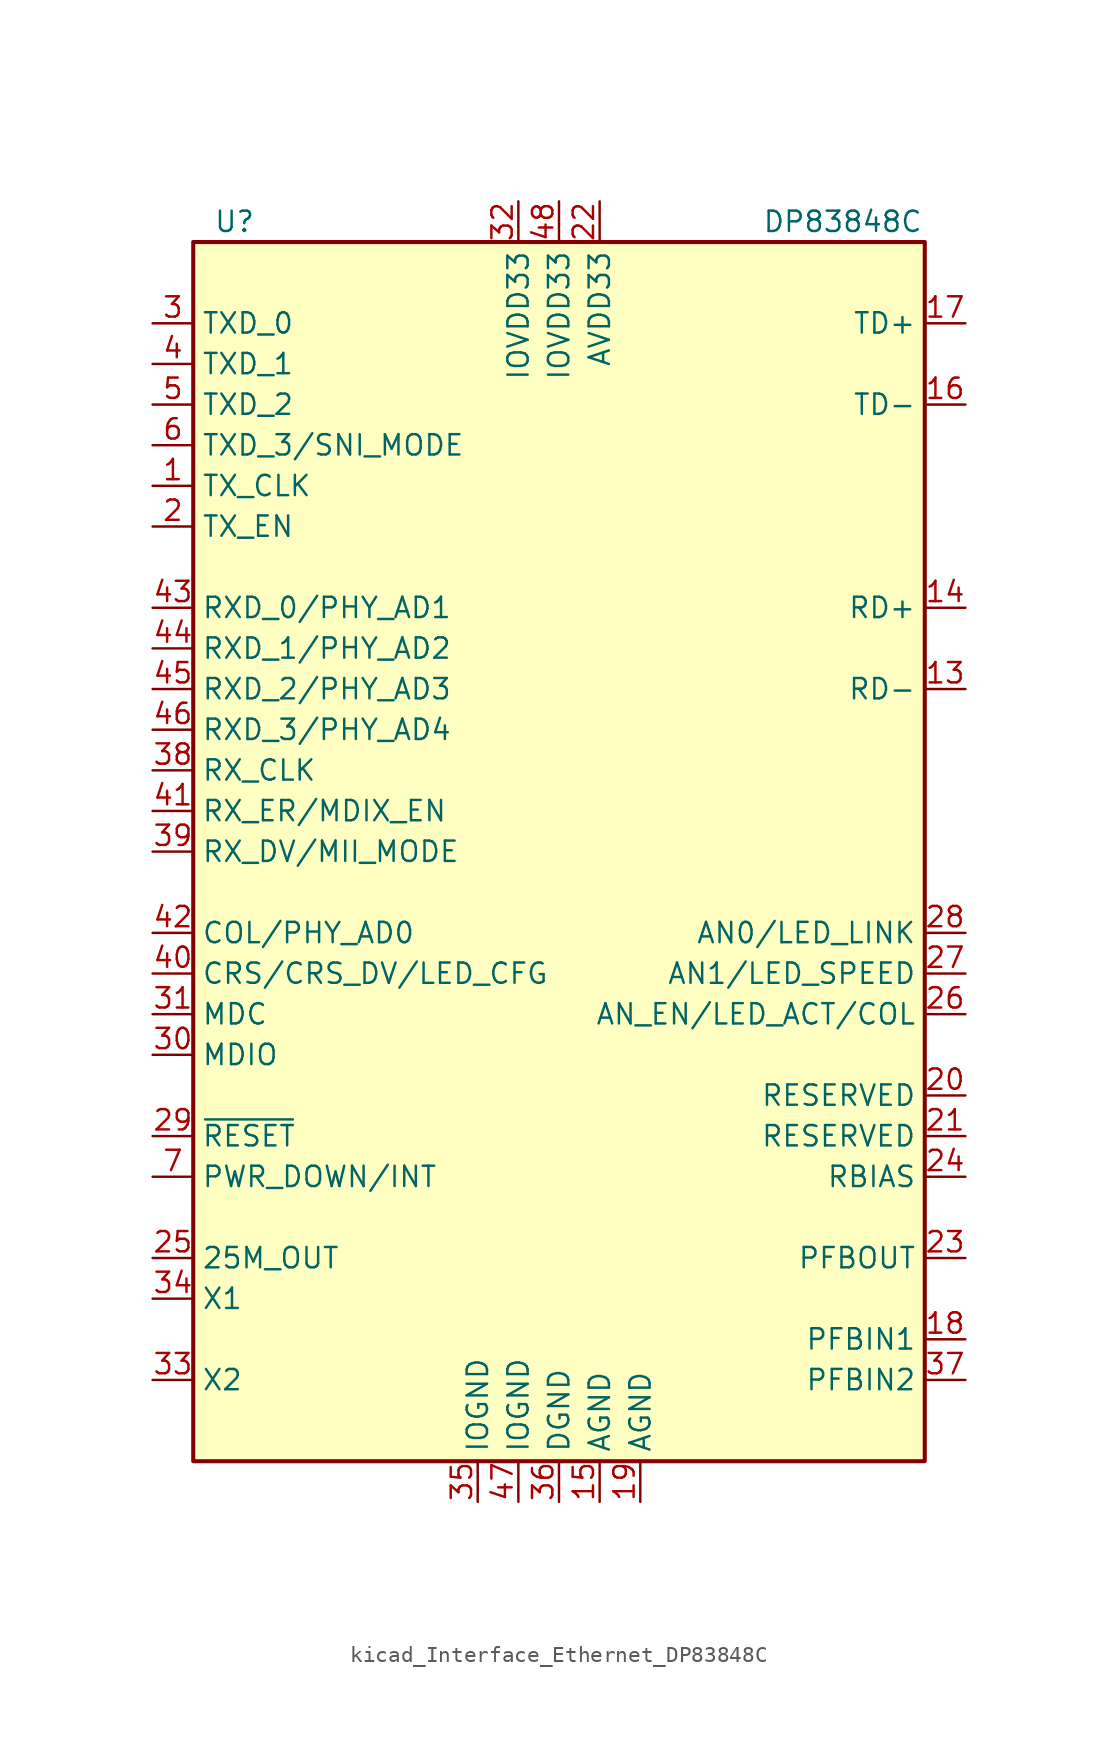
<source format=kicad_sym>
(kicad_symbol_lib
  (version 20220914)
  (generator kicad_symbol_editor)
  (symbol "kicad_Interface_Ethernet_DP83848C"
    (property "Reference" "U"
      (at -21.59 39.37 0)
      (effects (font (size 1.27 1.27)) (justify left)))
    (property "Value" "DP83848C"
      (at 12.7 39.37 0)
      (effects (font (size 1.27 1.27)) (justify left)))
    (symbol "kicad_Interface_Ethernet_DP83848C_0_1"
      (rectangle (start -22.86 38.1) (end 22.86 -38.1) (stroke (width 0.254) (type default)) (fill (type background))))
    (symbol "kicad_Interface_Ethernet_DP83848C_1_1"
      (pin output line (at -25.4 22.86 0) (length 2.54) (name "TX_CLK" (effects (font (size 1.27 1.27)))) (number "1" (effects (font (size 1.27 1.27)))))
      (pin passive line (at 25.4 10.16 180) (length 2.54) (name "RD-" (effects (font (size 1.27 1.27)))) (number "13" (effects (font (size 1.27 1.27)))))
      (pin passive line (at 25.4 15.24 180) (length 2.54) (name "RD+" (effects (font (size 1.27 1.27)))) (number "14" (effects (font (size 1.27 1.27)))))
      (pin power_in line (at 2.54 -40.64 90) (length 2.54) (name "AGND" (effects (font (size 1.27 1.27)))) (number "15" (effects (font (size 1.27 1.27)))))
      (pin passive line (at 25.4 27.94 180) (length 2.54) (name "TD-" (effects (font (size 1.27 1.27)))) (number "16" (effects (font (size 1.27 1.27)))))
      (pin passive line (at 25.4 33.02 180) (length 2.54) (name "TD+" (effects (font (size 1.27 1.27)))) (number "17" (effects (font (size 1.27 1.27)))))
      (pin passive line (at 25.4 -30.48 180) (length 2.54) (name "PFBIN1" (effects (font (size 1.27 1.27)))) (number "18" (effects (font (size 1.27 1.27)))))
      (pin power_in line (at 5.08 -40.64 90) (length 2.54) (name "AGND" (effects (font (size 1.27 1.27)))) (number "19" (effects (font (size 1.27 1.27)))))
      (pin input line (at -25.4 20.32 0) (length 2.54) (name "TX_EN" (effects (font (size 1.27 1.27)))) (number "2" (effects (font (size 1.27 1.27)))))
      (pin passive line (at 25.4 -15.24 180) (length 2.54) (name "RESERVED" (effects (font (size 1.27 1.27)))) (number "20" (effects (font (size 1.27 1.27)))))
      (pin passive line (at 25.4 -17.78 180) (length 2.54) (name "RESERVED" (effects (font (size 1.27 1.27)))) (number "21" (effects (font (size 1.27 1.27)))))
      (pin power_in line (at 2.54 40.64 270) (length 2.54) (name "AVDD33" (effects (font (size 1.27 1.27)))) (number "22" (effects (font (size 1.27 1.27)))))
      (pin passive line (at 25.4 -25.4 180) (length 2.54) (name "PFBOUT" (effects (font (size 1.27 1.27)))) (number "23" (effects (font (size 1.27 1.27)))))
      (pin passive line (at 25.4 -20.32 180) (length 2.54) (name "RBIAS" (effects (font (size 1.27 1.27)))) (number "24" (effects (font (size 1.27 1.27)))))
      (pin output line (at -25.4 -25.4 0) (length 2.54) (name "25M_OUT" (effects (font (size 1.27 1.27)))) (number "25" (effects (font (size 1.27 1.27)))))
      (pin output line (at 25.4 -10.16 180) (length 2.54) (name "AN_EN/LED_ACT/COL" (effects (font (size 1.27 1.27)))) (number "26" (effects (font (size 1.27 1.27)))))
      (pin output line (at 25.4 -7.62 180) (length 2.54) (name "AN1/LED_SPEED" (effects (font (size 1.27 1.27)))) (number "27" (effects (font (size 1.27 1.27)))))
      (pin output line (at 25.4 -5.08 180) (length 2.54) (name "AN0/LED_LINK" (effects (font (size 1.27 1.27)))) (number "28" (effects (font (size 1.27 1.27)))))
      (pin input line (at -25.4 -17.78 0) (length 2.54) (name "~{RESET}" (effects (font (size 1.27 1.27)))) (number "29" (effects (font (size 1.27 1.27)))))
      (pin input line (at -25.4 33.02 0) (length 2.54) (name "TXD_0" (effects (font (size 1.27 1.27)))) (number "3" (effects (font (size 1.27 1.27)))))
      (pin bidirectional line (at -25.4 -12.7 0) (length 2.54) (name "MDIO" (effects (font (size 1.27 1.27)))) (number "30" (effects (font (size 1.27 1.27)))))
      (pin input line (at -25.4 -10.16 0) (length 2.54) (name "MDC" (effects (font (size 1.27 1.27)))) (number "31" (effects (font (size 1.27 1.27)))))
      (pin power_in line (at -2.54 40.64 270) (length 2.54) (name "IOVDD33" (effects (font (size 1.27 1.27)))) (number "32" (effects (font (size 1.27 1.27)))))
      (pin output line (at -25.4 -33.02 0) (length 2.54) (name "X2" (effects (font (size 1.27 1.27)))) (number "33" (effects (font (size 1.27 1.27)))))
      (pin input line (at -25.4 -27.94 0) (length 2.54) (name "X1" (effects (font (size 1.27 1.27)))) (number "34" (effects (font (size 1.27 1.27)))))
      (pin power_in line (at -5.08 -40.64 90) (length 2.54) (name "IOGND" (effects (font (size 1.27 1.27)))) (number "35" (effects (font (size 1.27 1.27)))))
      (pin power_in line (at 0 -40.64 90) (length 2.54) (name "DGND" (effects (font (size 1.27 1.27)))) (number "36" (effects (font (size 1.27 1.27)))))
      (pin passive line (at 25.4 -33.02 180) (length 2.54) (name "PFBIN2" (effects (font (size 1.27 1.27)))) (number "37" (effects (font (size 1.27 1.27)))))
      (pin output line (at -25.4 5.08 0) (length 2.54) (name "RX_CLK" (effects (font (size 1.27 1.27)))) (number "38" (effects (font (size 1.27 1.27)))))
      (pin output line (at -25.4 0 0) (length 2.54) (name "RX_DV/MII_MODE" (effects (font (size 1.27 1.27)))) (number "39" (effects (font (size 1.27 1.27)))))
      (pin input line (at -25.4 30.48 0) (length 2.54) (name "TXD_1" (effects (font (size 1.27 1.27)))) (number "4" (effects (font (size 1.27 1.27)))))
      (pin output line (at -25.4 -7.62 0) (length 2.54) (name "CRS/CRS_DV/LED_CFG" (effects (font (size 1.27 1.27)))) (number "40" (effects (font (size 1.27 1.27)))))
      (pin output line (at -25.4 2.54 0) (length 2.54) (name "RX_ER/MDIX_EN" (effects (font (size 1.27 1.27)))) (number "41" (effects (font (size 1.27 1.27)))))
      (pin output line (at -25.4 -5.08 0) (length 2.54) (name "COL/PHY_AD0" (effects (font (size 1.27 1.27)))) (number "42" (effects (font (size 1.27 1.27)))))
      (pin output line (at -25.4 15.24 0) (length 2.54) (name "RXD_0/PHY_AD1" (effects (font (size 1.27 1.27)))) (number "43" (effects (font (size 1.27 1.27)))))
      (pin output line (at -25.4 12.7 0) (length 2.54) (name "RXD_1/PHY_AD2" (effects (font (size 1.27 1.27)))) (number "44" (effects (font (size 1.27 1.27)))))
      (pin output line (at -25.4 10.16 0) (length 2.54) (name "RXD_2/PHY_AD3" (effects (font (size 1.27 1.27)))) (number "45" (effects (font (size 1.27 1.27)))))
      (pin output line (at -25.4 7.62 0) (length 2.54) (name "RXD_3/PHY_AD4" (effects (font (size 1.27 1.27)))) (number "46" (effects (font (size 1.27 1.27)))))
      (pin power_in line (at -2.54 -40.64 90) (length 2.54) (name "IOGND" (effects (font (size 1.27 1.27)))) (number "47" (effects (font (size 1.27 1.27)))))
      (pin power_in line (at 0 40.64 270) (length 2.54) (name "IOVDD33" (effects (font (size 1.27 1.27)))) (number "48" (effects (font (size 1.27 1.27)))))
      (pin input line (at -25.4 27.94 0) (length 2.54) (name "TXD_2" (effects (font (size 1.27 1.27)))) (number "5" (effects (font (size 1.27 1.27)))))
      (pin input line (at -25.4 25.4 0) (length 2.54) (name "TXD_3/SNI_MODE" (effects (font (size 1.27 1.27)))) (number "6" (effects (font (size 1.27 1.27)))))
      (pin input line (at -25.4 -20.32 0) (length 2.54) (name "PWR_DOWN/INT" (effects (font (size 1.27 1.27)))) (number "7" (effects (font (size 1.27 1.27))))))))
</source>
